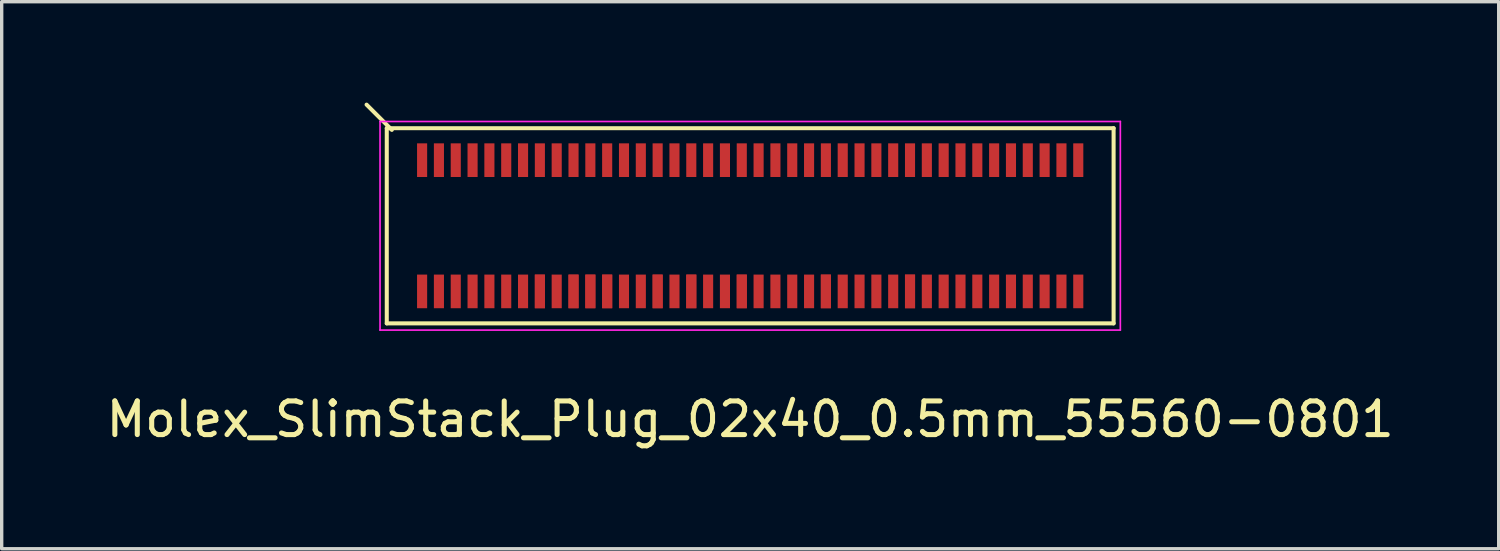
<source format=kicad_pcb>
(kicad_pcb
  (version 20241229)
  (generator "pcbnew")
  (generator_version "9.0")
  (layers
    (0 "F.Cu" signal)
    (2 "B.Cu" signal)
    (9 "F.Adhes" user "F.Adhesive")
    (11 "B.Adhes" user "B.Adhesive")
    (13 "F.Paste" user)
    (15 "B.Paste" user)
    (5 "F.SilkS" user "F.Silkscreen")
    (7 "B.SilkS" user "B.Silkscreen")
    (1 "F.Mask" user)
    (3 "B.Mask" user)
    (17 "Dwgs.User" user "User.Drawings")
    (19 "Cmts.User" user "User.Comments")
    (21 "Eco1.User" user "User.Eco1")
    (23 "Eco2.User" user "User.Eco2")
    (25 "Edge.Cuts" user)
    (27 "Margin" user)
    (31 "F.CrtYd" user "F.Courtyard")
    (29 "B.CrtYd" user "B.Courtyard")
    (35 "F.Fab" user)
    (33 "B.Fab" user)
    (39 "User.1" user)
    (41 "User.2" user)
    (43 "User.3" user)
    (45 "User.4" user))
  (footprint "Molex_SlimStack_Plug_02x40_0.5mm_55560-0801"
    (layer "F.Cu")
    (at 19.244 3.66)
    (property "Reference" "Molex_SlimStack_Plug_02x40_0.5mm_55560-0801" (at 0 5.75 0) (layer "F.SilkS") (effects (font (size 1 1) (thickness 0.15))))
    (attr smd)
    (fp_line (start -10.8 -2.9) (end -10.8 2.9) (stroke (width 0.12) (type solid)) (layer "F.SilkS"))
    (fp_line (start -10.8 2.9) (end 10.8 2.9) (stroke (width 0.12) (type solid)) (layer "F.SilkS"))
    (fp_line (start -10.65 -2.85) (end -11.4 -3.6) (stroke (width 0.12) (type solid)) (layer "F.SilkS"))
    (fp_line (start 10.8 -2.9) (end -10.8 -2.9) (stroke (width 0.12) (type solid)) (layer "F.SilkS"))
    (fp_line (start 10.8 2.9) (end 10.8 -2.9) (stroke (width 0.12) (type solid)) (layer "F.SilkS"))
    (fp_line (start -11 -3.1) (end -11 3.1) (stroke (width 0.05) (type solid)) (layer "F.CrtYd"))
    (fp_line (start -11 3.1) (end 11 3.1) (stroke (width 0.05) (type solid)) (layer "F.CrtYd"))
    (fp_line (start 11 -3.1) (end -11 -3.1) (stroke (width 0.05) (type solid)) (layer "F.CrtYd"))
    (fp_line (start 11 3.1) (end 11 -3.1) (stroke (width 0.05) (type solid)) (layer "F.CrtYd"))
    (pad "1" smd rect (at -9.75 -1.95) (size 0.3 1) (layers "F.Cu" "F.Mask" "F.Paste"))
    (pad "2" smd rect (at -9.75 1.95) (size 0.3 1) (layers "F.Cu" "F.Mask" "F.Paste"))
    (pad "3" smd rect (at -9.25 -1.95) (size 0.3 1) (layers "F.Cu" "F.Mask" "F.Paste"))
    (pad "4" smd rect (at -9.25 1.95) (size 0.3 1) (layers "F.Cu" "F.Mask" "F.Paste"))
    (pad "5" smd rect (at -8.75 -1.95) (size 0.3 1) (layers "F.Cu" "F.Mask" "F.Paste"))
    (pad "6" smd rect (at -8.75 1.95) (size 0.3 1) (layers "F.Cu" "F.Mask" "F.Paste"))
    (pad "7" smd rect (at -8.25 -1.95) (size 0.3 1) (layers "F.Cu" "F.Mask" "F.Paste"))
    (pad "8" smd rect (at -8.25 1.95) (size 0.3 1) (layers "F.Cu" "F.Mask" "F.Paste"))
    (pad "9" smd rect (at -7.75 -1.95) (size 0.3 1) (layers "F.Cu" "F.Mask" "F.Paste"))
    (pad "10" smd rect (at -7.75 1.95) (size 0.3 1) (layers "F.Cu" "F.Mask" "F.Paste"))
    (pad "11" smd rect (at -7.25 -1.95) (size 0.3 1) (layers "F.Cu" "F.Mask" "F.Paste"))
    (pad "12" smd rect (at -7.25 1.95) (size 0.3 1) (layers "F.Cu" "F.Mask" "F.Paste"))
    (pad "13" smd rect (at -6.75 -1.95) (size 0.3 1) (layers "F.Cu" "F.Mask" "F.Paste"))
    (pad "14" smd rect (at -6.75 1.95) (size 0.3 1) (layers "F.Cu" "F.Mask" "F.Paste"))
    (pad "15" smd rect (at -6.25 -1.95) (size 0.3 1) (layers "F.Cu" "F.Mask" "F.Paste"))
    (pad "16" smd rect (at -6.25 1.95) (size 0.3 1) (layers "F.Cu" "F.Mask" "F.Paste"))
    (pad "16" smd rect (at -6.25 1.95) (size 0.3 1) (layers "F.Cu" "F.Mask" "F.Paste"))
    (pad "17" smd rect (at -5.75 -1.95) (size 0.3 1) (layers "F.Cu" "F.Mask" "F.Paste"))
    (pad "18" smd rect (at -5.75 1.95) (size 0.3 1) (layers "F.Cu" "F.Mask" "F.Paste"))
    (pad "19" smd rect (at -5.25 -1.95) (size 0.3 1) (layers "F.Cu" "F.Mask" "F.Paste"))
    (pad "20" smd rect (at -5.25 1.95) (size 0.3 1) (layers "F.Cu" "F.Mask" "F.Paste"))
    (pad "20" smd rect (at -5.25 1.95) (size 0.3 1) (layers "F.Cu" "F.Mask" "F.Paste"))
    (pad "21" smd rect (at -4.75 -1.95) (size 0.3 1) (layers "F.Cu" "F.Mask" "F.Paste"))
    (pad "22" smd rect (at -4.75 1.95) (size 0.3 1) (layers "F.Cu" "F.Mask" "F.Paste"))
    (pad "22" smd rect (at -4.75 1.95) (size 0.3 1) (layers "F.Cu" "F.Mask" "F.Paste"))
    (pad "23" smd rect (at -4.25 -1.95) (size 0.3 1) (layers "F.Cu" "F.Mask" "F.Paste"))
    (pad "24" smd rect (at -4.25 1.95) (size 0.3 1) (layers "F.Cu" "F.Mask" "F.Paste"))
    (pad "24" smd rect (at -4.25 1.95) (size 0.3 1) (layers "F.Cu" "F.Mask" "F.Paste"))
    (pad "25" smd rect (at -3.75 -1.95) (size 0.3 1) (layers "F.Cu" "F.Mask" "F.Paste"))
    (pad "26" smd rect (at -3.75 1.95) (size 0.3 1) (layers "F.Cu" "F.Mask" "F.Paste"))
    (pad "27" smd rect (at -3.25 -1.95) (size 0.3 1) (layers "F.Cu" "F.Mask" "F.Paste"))
    (pad "28" smd rect (at -3.25 1.95) (size 0.3 1) (layers "F.Cu" "F.Mask" "F.Paste"))
    (pad "29" smd rect (at -2.75 -1.95) (size 0.3 1) (layers "F.Cu" "F.Mask" "F.Paste"))
    (pad "30" smd rect (at -2.75 1.95) (size 0.3 1) (layers "F.Cu" "F.Mask" "F.Paste"))
    (pad "30" smd rect (at -2.75 1.95) (size 0.3 1) (layers "F.Cu" "F.Mask" "F.Paste"))
    (pad "31" smd rect (at -2.25 -1.95) (size 0.3 1) (layers "F.Cu" "F.Mask" "F.Paste"))
    (pad "32" smd rect (at -2.25 1.95) (size 0.3 1) (layers "F.Cu" "F.Mask" "F.Paste"))
    (pad "33" smd rect (at -1.75 -1.95) (size 0.3 1) (layers "F.Cu" "F.Mask" "F.Paste"))
    (pad "34" smd rect (at -1.75 1.95) (size 0.3 1) (layers "F.Cu" "F.Mask" "F.Paste"))
    (pad "34" smd rect (at -1.75 1.95) (size 0.3 1) (layers "F.Cu" "F.Mask" "F.Paste"))
    (pad "35" smd rect (at -1.25 -1.95) (size 0.3 1) (layers "F.Cu" "F.Mask" "F.Paste"))
    (pad "36" smd rect (at -1.25 1.95) (size 0.3 1) (layers "F.Cu" "F.Mask" "F.Paste"))
    (pad "37" smd rect (at -0.75 -1.95) (size 0.3 1) (layers "F.Cu" "F.Mask" "F.Paste"))
    (pad "38" smd rect (at -0.75 1.95) (size 0.3 1) (layers "F.Cu" "F.Mask" "F.Paste"))
    (pad "39" smd rect (at -0.25 -1.95) (size 0.3 1) (layers "F.Cu" "F.Mask" "F.Paste"))
    (pad "40" smd rect (at -0.25 1.95) (size 0.3 1) (layers "F.Cu" "F.Mask" "F.Paste"))
    (pad "40" smd rect (at -0.25 1.95) (size 0.3 1) (layers "F.Cu" "F.Mask" "F.Paste"))
    (pad "41" smd rect (at 0.25 -1.95) (size 0.3 1) (layers "F.Cu" "F.Mask" "F.Paste"))
    (pad "42" smd rect (at 0.25 1.95) (size 0.3 1) (layers "F.Cu" "F.Mask" "F.Paste"))
    (pad "43" smd rect (at 0.75 -1.95) (size 0.3 1) (layers "F.Cu" "F.Mask" "F.Paste"))
    (pad "44" smd rect (at 0.75 1.95) (size 0.3 1) (layers "F.Cu" "F.Mask" "F.Paste"))
    (pad "45" smd rect (at 1.25 -1.95) (size 0.3 1) (layers "F.Cu" "F.Mask" "F.Paste"))
    (pad "46" smd rect (at 1.25 1.95) (size 0.3 1) (layers "F.Cu" "F.Mask" "F.Paste"))
    (pad "47" smd rect (at 1.75 -1.95) (size 0.3 1) (layers "F.Cu" "F.Mask" "F.Paste"))
    (pad "48" smd rect (at 1.75 1.95) (size 0.3 1) (layers "F.Cu" "F.Mask" "F.Paste"))
    (pad "49" smd rect (at 2.25 -1.95) (size 0.3 1) (layers "F.Cu" "F.Mask" "F.Paste"))
    (pad "50" smd rect (at 2.25 1.95) (size 0.3 1) (layers "F.Cu" "F.Mask" "F.Paste"))
    (pad "50" smd rect (at 2.25 1.95) (size 0.3 1) (layers "F.Cu" "F.Mask" "F.Paste"))
    (pad "51" smd rect (at 2.75 -1.95) (size 0.3 1) (layers "F.Cu" "F.Mask" "F.Paste"))
    (pad "52" smd rect (at 2.75 1.95) (size 0.3 1) (layers "F.Cu" "F.Mask" "F.Paste"))
    (pad "53" smd rect (at 3.25 -1.95) (size 0.3 1) (layers "F.Cu" "F.Mask" "F.Paste"))
    (pad "54" smd rect (at 3.25 1.95) (size 0.3 1) (layers "F.Cu" "F.Mask" "F.Paste"))
    (pad "55" smd rect (at 3.75 -1.95) (size 0.3 1) (layers "F.Cu" "F.Mask" "F.Paste"))
    (pad "56" smd rect (at 3.75 1.95) (size 0.3 1) (layers "F.Cu" "F.Mask" "F.Paste"))
    (pad "57" smd rect (at 4.25 -1.95) (size 0.3 1) (layers "F.Cu" "F.Mask" "F.Paste"))
    (pad "58" smd rect (at 4.25 1.95) (size 0.3 1) (layers "F.Cu" "F.Mask" "F.Paste"))
    (pad "59" smd rect (at 4.75 -1.95) (size 0.3 1) (layers "F.Cu" "F.Mask" "F.Paste"))
    (pad "60" smd rect (at 4.75 1.95) (size 0.3 1) (layers "F.Cu" "F.Mask" "F.Paste"))
    (pad "60" smd rect (at 4.75 1.95) (size 0.3 1) (layers "F.Cu" "F.Mask" "F.Paste"))
    (pad "61" smd rect (at 5.25 -1.95) (size 0.3 1) (layers "F.Cu" "F.Mask" "F.Paste"))
    (pad "62" smd rect (at 5.25 1.95) (size 0.3 1) (layers "F.Cu" "F.Mask" "F.Paste"))
    (pad "63" smd rect (at 5.75 -1.95) (size 0.3 1) (layers "F.Cu" "F.Mask" "F.Paste"))
    (pad "64" smd rect (at 5.75 1.95) (size 0.3 1) (layers "F.Cu" "F.Mask" "F.Paste"))
    (pad "65" smd rect (at 6.25 -1.95) (size 0.3 1) (layers "F.Cu" "F.Mask" "F.Paste"))
    (pad "66" smd rect (at 6.25 1.95) (size 0.3 1) (layers "F.Cu" "F.Mask" "F.Paste"))
    (pad "67" smd rect (at 6.75 -1.95) (size 0.3 1) (layers "F.Cu" "F.Mask" "F.Paste"))
    (pad "68" smd rect (at 6.75 1.95) (size 0.3 1) (layers "F.Cu" "F.Mask" "F.Paste"))
    (pad "69" smd rect (at 7.25 -1.95) (size 0.3 1) (layers "F.Cu" "F.Mask" "F.Paste"))
    (pad "70" smd rect (at 7.25 1.95) (size 0.3 1) (layers "F.Cu" "F.Mask" "F.Paste"))
    (pad "71" smd rect (at 7.75 -1.95) (size 0.3 1) (layers "F.Cu" "F.Mask" "F.Paste"))
    (pad "72" smd rect (at 7.75 1.95) (size 0.3 1) (layers "F.Cu" "F.Mask" "F.Paste"))
    (pad "73" smd rect (at 8.25 -1.95) (size 0.3 1) (layers "F.Cu" "F.Mask" "F.Paste"))
    (pad "74" smd rect (at 8.25 1.95) (size 0.3 1) (layers "F.Cu" "F.Mask" "F.Paste"))
    (pad "75" smd rect (at 8.75 -1.95) (size 0.3 1) (layers "F.Cu" "F.Mask" "F.Paste"))
    (pad "76" smd rect (at 8.75 1.95) (size 0.3 1) (layers "F.Cu" "F.Mask" "F.Paste"))
    (pad "77" smd rect (at 9.25 -1.95) (size 0.3 1) (layers "F.Cu" "F.Mask" "F.Paste"))
    (pad "78" smd rect (at 9.25 1.95) (size 0.3 1) (layers "F.Cu" "F.Mask" "F.Paste"))
    (pad "79" smd rect (at 9.75 -1.95) (size 0.3 1) (layers "F.Cu" "F.Mask" "F.Paste"))
    (pad "80" smd rect (at 9.75 1.95) (size 0.3 1) (layers "F.Cu" "F.Mask" "F.Paste")))
  (gr_rect
    (start -3 -3)
    (end 41.488 13.258)
    (stroke (width 0.1) (type default))
    (fill no)
    (layer "Edge.Cuts")))
</source>
